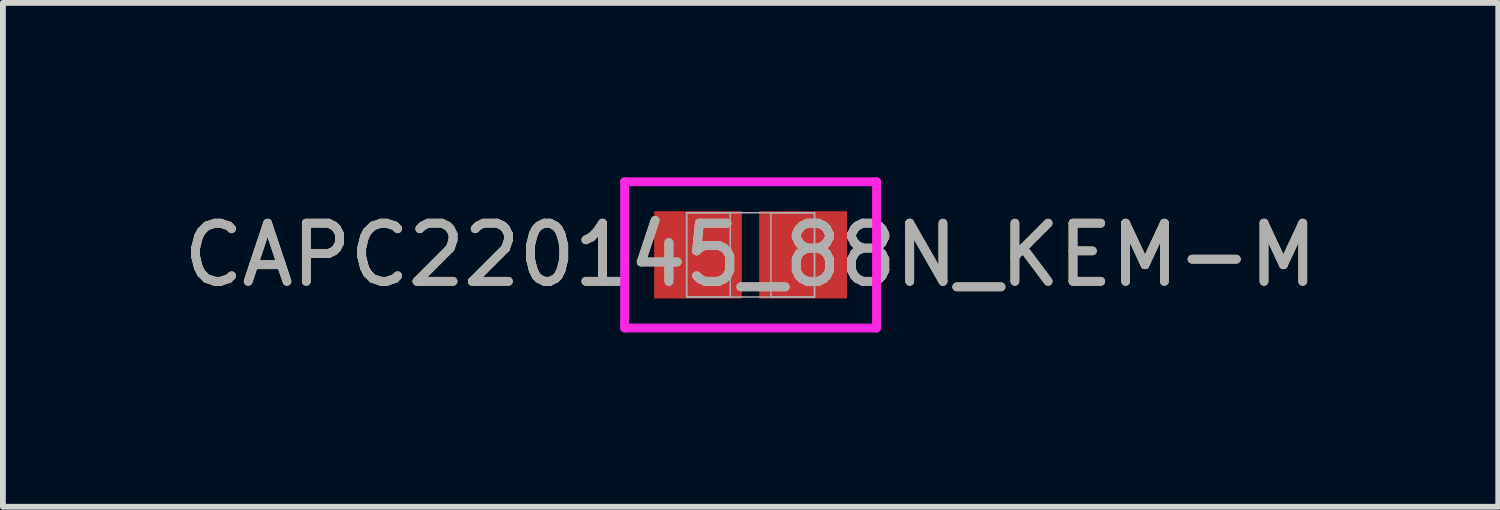
<source format=kicad_pcb>
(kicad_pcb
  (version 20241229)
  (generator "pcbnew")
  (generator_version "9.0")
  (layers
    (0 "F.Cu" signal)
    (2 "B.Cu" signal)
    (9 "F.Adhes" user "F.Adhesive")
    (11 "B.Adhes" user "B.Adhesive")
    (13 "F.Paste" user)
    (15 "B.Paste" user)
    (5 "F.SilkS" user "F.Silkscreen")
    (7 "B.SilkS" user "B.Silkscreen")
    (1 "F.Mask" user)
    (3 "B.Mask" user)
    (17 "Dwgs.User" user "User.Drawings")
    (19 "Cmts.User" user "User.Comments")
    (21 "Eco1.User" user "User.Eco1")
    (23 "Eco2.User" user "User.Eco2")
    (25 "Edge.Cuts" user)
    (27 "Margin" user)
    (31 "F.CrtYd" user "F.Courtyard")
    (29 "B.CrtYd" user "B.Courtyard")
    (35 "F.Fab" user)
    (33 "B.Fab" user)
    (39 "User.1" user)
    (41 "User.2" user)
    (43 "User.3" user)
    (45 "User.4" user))
  (footprint "CAPC220145_88N_KEM-M"
    (layer "F.Cu")
    (at 9.863 1.335)
    (property "Reference" "CAPC220145_88N_KEM-M" (at 0 0 0) (unlocked yes) (layer "F.SilkS") (effects (font (size 1 1) (thickness 0.15))))
    (attr smd)
    (fp_line (start -2.167 -1.258) (end 2.167 -1.258) (stroke (width 0.152) (type solid)) (layer "F.CrtYd"))
    (fp_line (start -2.167 1.258) (end -2.167 -1.258) (stroke (width 0.152) (type solid)) (layer "F.CrtYd"))
    (fp_line (start 2.167 -1.258) (end 2.167 1.258) (stroke (width 0.152) (type solid)) (layer "F.CrtYd"))
    (fp_line (start 2.167 1.258) (end -2.167 1.258) (stroke (width 0.152) (type solid)) (layer "F.CrtYd"))
    (fp_line (start -1.1 -0.725) (end -1.1 0.725) (stroke (width 0.025) (type solid)) (layer "F.Fab"))
    (fp_line (start -1.1 -0.725) (end -1.1 0.725) (stroke (width 0.025) (type solid)) (layer "F.Fab"))
    (fp_line (start -1.1 0.725) (end -0.35 0.725) (stroke (width 0.025) (type solid)) (layer "F.Fab"))
    (fp_line (start -1.1 0.725) (end 1.1 0.725) (stroke (width 0.025) (type solid)) (layer "F.Fab"))
    (fp_line (start -0.35 -0.725) (end -1.1 -0.725) (stroke (width 0.025) (type solid)) (layer "F.Fab"))
    (fp_line (start -0.35 0.725) (end -0.35 -0.725) (stroke (width 0.025) (type solid)) (layer "F.Fab"))
    (fp_line (start 0.35 -0.725) (end 0.35 0.725) (stroke (width 0.025) (type solid)) (layer "F.Fab"))
    (fp_line (start 0.35 0.725) (end 1.1 0.725) (stroke (width 0.025) (type solid)) (layer "F.Fab"))
    (fp_line (start 1.1 -0.725) (end -1.1 -0.725) (stroke (width 0.025) (type solid)) (layer "F.Fab"))
    (fp_line (start 1.1 -0.725) (end 0.35 -0.725) (stroke (width 0.025) (type solid)) (layer "F.Fab"))
    (fp_line (start 1.1 0.725) (end 1.1 -0.725) (stroke (width 0.025) (type solid)) (layer "F.Fab"))
    (fp_line (start 1.1 0.725) (end 1.1 -0.725) (stroke (width 0.025) (type solid)) (layer "F.Fab"))
    (fp_text user "${REFERENCE}" (at 0 0 0) (unlocked yes) (layer "F.Fab") (effects (font (size 1 1) (thickness 0.15))))
    (pad "1" smd rect (at -0.904 0) (size 1.509 1.501) (layers "F.Cu" "F.Mask" "F.Paste"))
    (pad "2" smd rect (at 0.904 0) (size 1.509 1.501) (layers "F.Cu" "F.Mask" "F.Paste"))
    (zone (net_name "") (layer "F.Cu") (hatch full 0.508) (connect_pads) (min_thickness 0.254) (filled_areas_thickness no) (keepout (tracks not_allowed) (vias not_allowed) (pads allowed) (copperpour not_allowed) (footprints allowed)) (placement (enabled no)) (fill) (polygon (pts (xy 9.764 0.66) (xy 9.962 0.66) (xy 9.962 2.009) (xy 9.764 2.009)))))
  (gr_rect
    (start -3 -3)
    (end 22.726 5.669)
    (stroke (width 0.1) (type default))
    (fill no)
    (layer "Edge.Cuts")))
</source>
